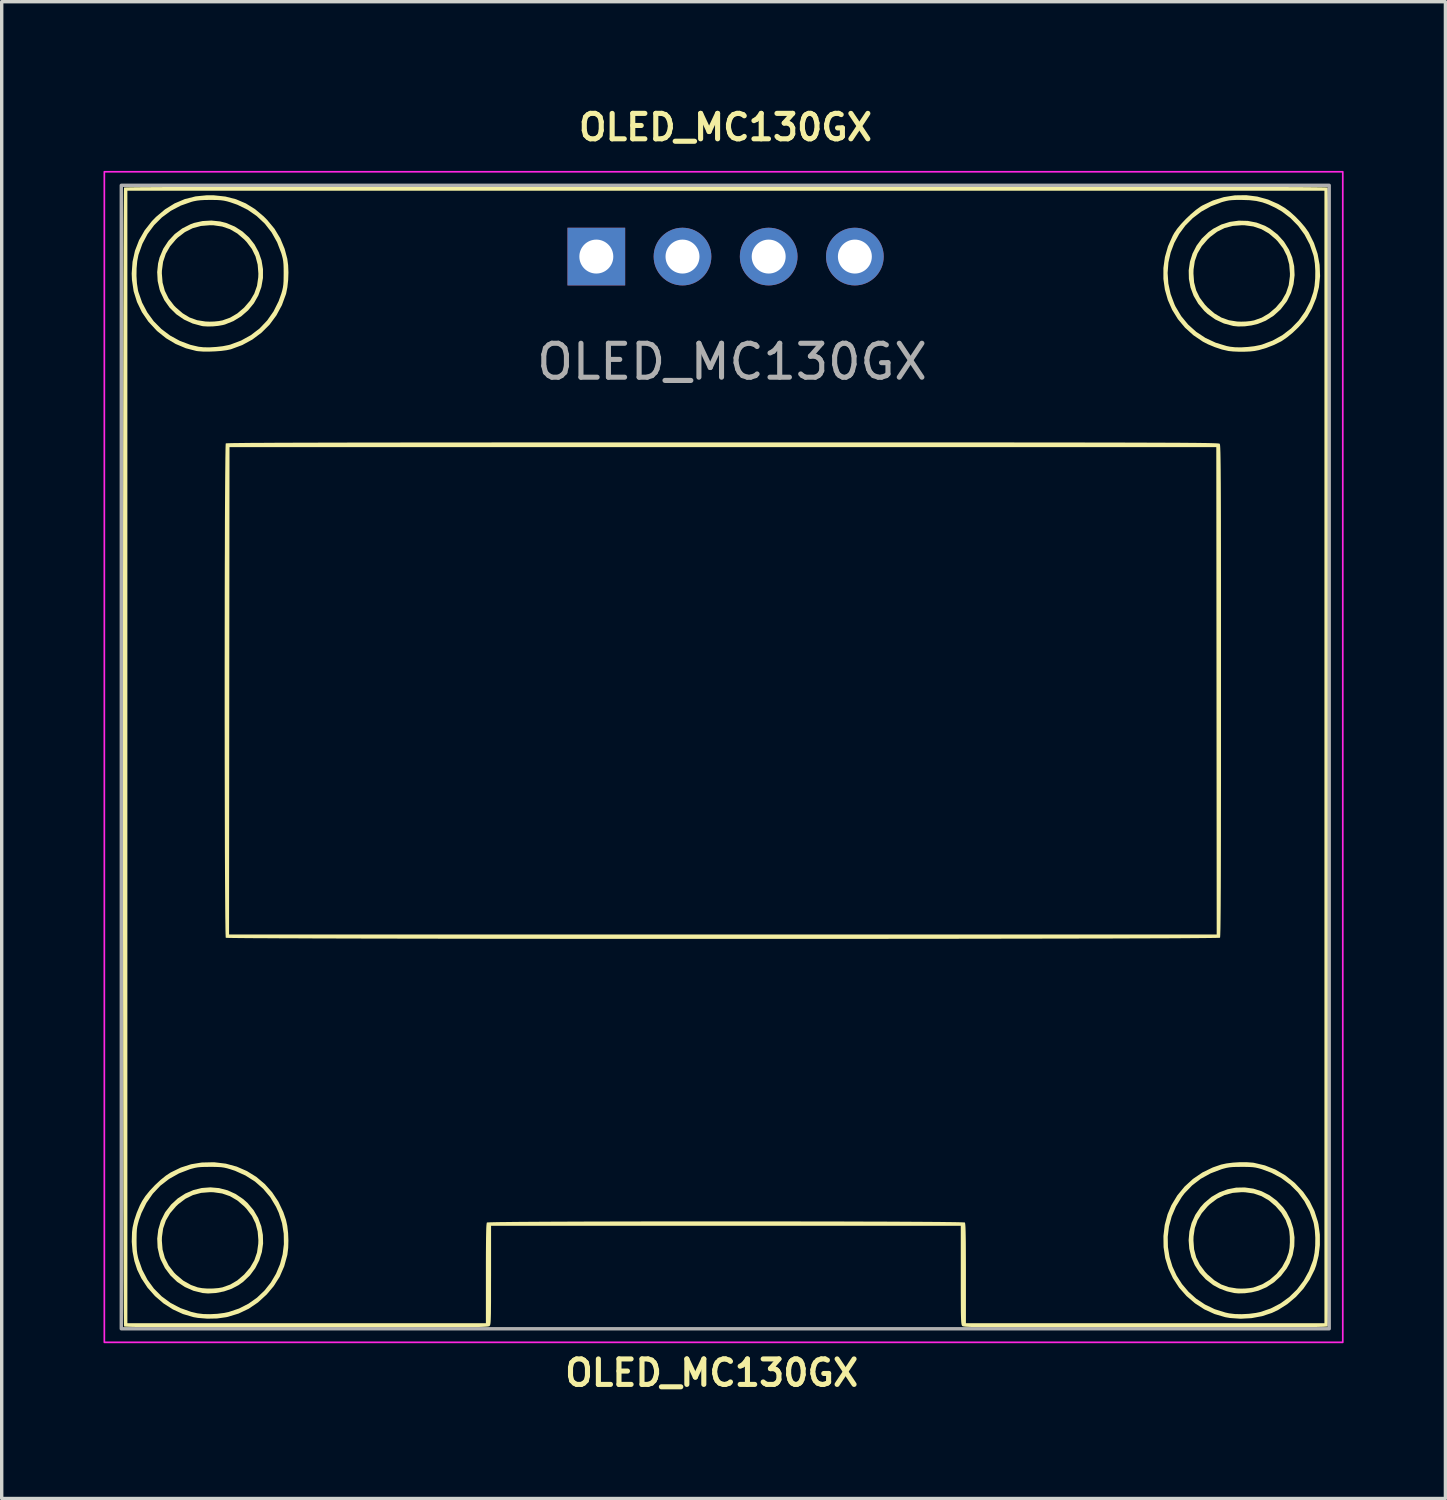
<source format=kicad_pcb>
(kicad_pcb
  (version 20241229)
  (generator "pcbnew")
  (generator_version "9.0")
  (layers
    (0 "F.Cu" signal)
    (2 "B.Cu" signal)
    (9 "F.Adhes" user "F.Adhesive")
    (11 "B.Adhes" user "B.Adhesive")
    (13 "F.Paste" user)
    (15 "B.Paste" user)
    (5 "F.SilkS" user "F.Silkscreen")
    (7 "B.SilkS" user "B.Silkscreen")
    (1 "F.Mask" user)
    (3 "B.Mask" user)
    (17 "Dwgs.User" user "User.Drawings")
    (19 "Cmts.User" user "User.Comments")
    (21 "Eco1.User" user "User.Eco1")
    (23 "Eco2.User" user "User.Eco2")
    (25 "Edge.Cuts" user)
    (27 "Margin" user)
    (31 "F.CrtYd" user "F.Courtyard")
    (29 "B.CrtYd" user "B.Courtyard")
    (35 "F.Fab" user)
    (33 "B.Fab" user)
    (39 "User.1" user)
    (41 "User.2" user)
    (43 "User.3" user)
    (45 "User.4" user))
  (footprint "OLED_MC130GX"
    (layer "F.Cu")
    (at 14.525 4.512)
    (property "Reference" "OLED_MC130GX" (at 3.806 -3.81 0) (layer "F.SilkS") (effects (font (size 0.75 0.75) (thickness 0.15))))
    (property "Value" "OLED_MC130GX" (at 3.81 4.7 0) (layer "F.Fab") (hide yes) (effects (font (size 1 1) (thickness 0.15))))
    (attr board_only exclude_from_pos_files exclude_from_bom)
    (fp_poly (pts (xy -11.119 27.454) (xy -10.869 27.519) (xy -10.63 27.627) (xy -10.406 27.779) (xy -10.279 27.893) (xy -10.101 28.105) (xy -9.966 28.336) (xy -9.875 28.58) (xy -9.827 28.833) (xy -9.821 29.088) (xy -9.857 29.34) (xy -9.934 29.584) (xy -10.052 29.815) (xy -10.209 30.027) (xy -10.406 30.215) (xy -10.545 30.315) (xy -10.745 30.42) (xy -10.972 30.499) (xy -11.21 30.546) (xy -11.443 30.56) (xy -11.602 30.547) (xy -11.874 30.48) (xy -12.126 30.369) (xy -12.354 30.218) (xy -12.551 30.03) (xy -12.714 29.811) (xy -12.838 29.563) (xy -12.872 29.468) (xy -12.93 29.211) (xy -12.939 29) (xy -12.805 29) (xy -12.783 29.268) (xy -12.716 29.511) (xy -12.604 29.735) (xy -12.444 29.943) (xy -12.386 30.002) (xy -12.175 30.18) (xy -11.945 30.31) (xy -11.748 30.38) (xy -11.62 30.403) (xy -11.462 30.415) (xy -11.293 30.413) (xy -11.134 30.4) (xy -11.018 30.379) (xy -10.791 30.298) (xy -10.582 30.175) (xy -10.384 30.006) (xy -10.379 30.001) (xy -10.205 29.798) (xy -10.08 29.584) (xy -10 29.353) (xy -9.964 29.098) (xy -9.96 28.992) (xy -9.981 28.731) (xy -10.043 28.495) (xy -10.149 28.277) (xy -10.303 28.073) (xy -10.379 27.992) (xy -10.582 27.818) (xy -10.797 27.693) (xy -11.029 27.613) (xy -11.284 27.577) (xy -11.383 27.574) (xy -11.647 27.595) (xy -11.887 27.659) (xy -12.108 27.768) (xy -12.315 27.924) (xy -12.387 27.992) (xy -12.561 28.195) (xy -12.686 28.409) (xy -12.766 28.641) (xy -12.802 28.895) (xy -12.805 29) (xy -12.939 29) (xy -12.942 28.944) (xy -12.91 28.677) (xy -12.835 28.421) (xy -12.718 28.185) (xy -12.702 28.158) (xy -12.531 27.938) (xy -12.333 27.756) (xy -12.113 27.614) (xy -11.876 27.512) (xy -11.628 27.451) (xy -11.374 27.432)) (stroke (width 0) (type solid)) (fill yes) (layer "F.SilkS"))
    (fp_poly (pts (xy 19.2 -1.052) (xy 19.461 -1.001) (xy 19.708 -0.907) (xy 19.856 -0.823) (xy 20.08 -0.649) (xy 20.267 -0.441) (xy 20.415 -0.204) (xy 20.51 0.026) (xy 20.567 0.281) (xy 20.58 0.547) (xy 20.549 0.812) (xy 20.476 1.066) (xy 20.362 1.3) (xy 20.342 1.332) (xy 20.169 1.556) (xy 19.963 1.743) (xy 19.731 1.889) (xy 19.5 1.983) (xy 19.311 2.029) (xy 19.11 2.056) (xy 18.917 2.06) (xy 18.773 2.046) (xy 18.496 1.972) (xy 18.242 1.853) (xy 18.013 1.69) (xy 17.917 1.601) (xy 17.739 1.389) (xy 17.604 1.158) (xy 17.513 0.914) (xy 17.465 0.661) (xy 17.461 0.498) (xy 17.599 0.498) (xy 17.618 0.76) (xy 17.679 0.996) (xy 17.785 1.212) (xy 17.937 1.416) (xy 18.017 1.501) (xy 18.215 1.673) (xy 18.42 1.796) (xy 18.641 1.875) (xy 18.885 1.914) (xy 19.005 1.918) (xy 19.143 1.914) (xy 19.28 1.9) (xy 19.386 1.88) (xy 19.613 1.799) (xy 19.823 1.675) (xy 20.023 1.505) (xy 20.026 1.502) (xy 20.2 1.299) (xy 20.326 1.08) (xy 20.406 0.843) (xy 20.441 0.582) (xy 20.443 0.498) (xy 20.421 0.23) (xy 20.355 -0.015) (xy 20.243 -0.239) (xy 20.083 -0.448) (xy 20.026 -0.508) (xy 19.821 -0.682) (xy 19.601 -0.808) (xy 19.362 -0.888) (xy 19.101 -0.923) (xy 19.025 -0.924) (xy 18.76 -0.904) (xy 18.52 -0.842) (xy 18.3 -0.734) (xy 18.094 -0.579) (xy 18.017 -0.506) (xy 17.844 -0.306) (xy 17.719 -0.095) (xy 17.639 0.131) (xy 17.602 0.381) (xy 17.599 0.498) (xy 17.461 0.498) (xy 17.459 0.406) (xy 17.495 0.154) (xy 17.572 -0.09) (xy 17.69 -0.321) (xy 17.847 -0.533) (xy 18.044 -0.721) (xy 18.183 -0.821) (xy 18.418 -0.944) (xy 18.671 -1.023) (xy 18.935 -1.059)) (stroke (width 0) (type solid)) (fill yes) (layer "F.SilkS"))
    (fp_poly (pts (xy -11.087 -1.036) (xy -10.911 -0.992) (xy -10.654 -0.884) (xy -10.427 -0.738) (xy -10.233 -0.561) (xy -10.073 -0.356) (xy -9.95 -0.129) (xy -9.866 0.114) (xy -9.824 0.37) (xy -9.825 0.633) (xy -9.872 0.898) (xy -9.961 1.145) (xy -10.092 1.377) (xy -10.263 1.585) (xy -10.467 1.762) (xy -10.696 1.902) (xy -10.943 2.001) (xy -11.008 2.018) (xy -11.141 2.042) (xy -11.295 2.057) (xy -11.448 2.061) (xy -11.58 2.053) (xy -11.618 2.048) (xy -11.897 1.973) (xy -12.152 1.856) (xy -12.379 1.7) (xy -12.573 1.509) (xy -12.732 1.285) (xy -12.851 1.031) (xy -12.872 0.97) (xy -12.928 0.722) (xy -12.94 0.498) (xy -12.805 0.498) (xy -12.783 0.766) (xy -12.717 1.01) (xy -12.606 1.233) (xy -12.447 1.441) (xy -12.388 1.501) (xy -12.19 1.672) (xy -11.985 1.796) (xy -11.765 1.875) (xy -11.522 1.913) (xy -11.399 1.918) (xy -11.261 1.914) (xy -11.124 1.9) (xy -11.018 1.88) (xy -10.791 1.799) (xy -10.582 1.676) (xy -10.384 1.507) (xy -10.379 1.502) (xy -10.205 1.3) (xy -10.08 1.089) (xy -10 0.861) (xy -9.964 0.611) (xy -9.96 0.502) (xy -9.981 0.237) (xy -10.044 -0.003) (xy -10.151 -0.223) (xy -10.306 -0.429) (xy -10.379 -0.506) (xy -10.581 -0.68) (xy -10.796 -0.806) (xy -11.027 -0.885) (xy -11.282 -0.922) (xy -11.387 -0.924) (xy -11.654 -0.902) (xy -11.899 -0.835) (xy -12.124 -0.722) (xy -12.333 -0.561) (xy -12.388 -0.508) (xy -12.562 -0.303) (xy -12.688 -0.084) (xy -12.768 0.154) (xy -12.803 0.415) (xy -12.805 0.498) (xy -12.94 0.498) (xy -12.943 0.46) (xy -12.916 0.201) (xy -12.872 0.026) (xy -12.763 -0.232) (xy -12.612 -0.463) (xy -12.425 -0.664) (xy -12.205 -0.829) (xy -11.957 -0.955) (xy -11.855 -0.992) (xy -11.607 -1.047) (xy -11.346 -1.062)) (stroke (width 0) (type solid)) (fill yes) (layer "F.SilkS"))
    (fp_poly (pts (xy 19.365 27.47) (xy 19.609 27.547) (xy 19.84 27.665) (xy 20.052 27.823) (xy 20.24 28.02) (xy 20.34 28.158) (xy 20.461 28.391) (xy 20.54 28.642) (xy 20.577 28.904) (xy 20.571 29.168) (xy 20.523 29.427) (xy 20.432 29.671) (xy 20.347 29.824) (xy 20.177 30.044) (xy 19.976 30.23) (xy 19.75 30.377) (xy 19.507 30.48) (xy 19.505 30.48) (xy 19.316 30.526) (xy 19.115 30.553) (xy 18.923 30.558) (xy 18.802 30.547) (xy 18.584 30.496) (xy 18.367 30.414) (xy 18.18 30.313) (xy 17.96 30.143) (xy 17.779 29.945) (xy 17.638 29.725) (xy 17.536 29.489) (xy 17.476 29.24) (xy 17.457 28.996) (xy 17.599 28.996) (xy 17.618 29.258) (xy 17.679 29.495) (xy 17.785 29.711) (xy 17.937 29.915) (xy 18.017 30) (xy 18.214 30.171) (xy 18.418 30.294) (xy 18.638 30.373) (xy 18.881 30.412) (xy 19.008 30.417) (xy 19.132 30.413) (xy 19.256 30.402) (xy 19.357 30.386) (xy 19.375 30.381) (xy 19.624 30.29) (xy 19.849 30.156) (xy 20.046 29.984) (xy 20.211 29.781) (xy 20.336 29.55) (xy 20.406 29.351) (xy 20.43 29.215) (xy 20.441 29.051) (xy 20.438 28.88) (xy 20.423 28.724) (xy 20.406 28.642) (xy 20.318 28.398) (xy 20.188 28.18) (xy 20.026 27.992) (xy 19.822 27.818) (xy 19.607 27.693) (xy 19.375 27.613) (xy 19.12 27.577) (xy 19.021 27.574) (xy 18.757 27.595) (xy 18.517 27.659) (xy 18.296 27.768) (xy 18.089 27.924) (xy 18.017 27.992) (xy 17.844 28.193) (xy 17.719 28.403) (xy 17.639 28.63) (xy 17.602 28.88) (xy 17.599 28.996) (xy 17.457 28.996) (xy 17.457 28.986) (xy 17.479 28.731) (xy 17.544 28.482) (xy 17.653 28.242) (xy 17.805 28.018) (xy 17.917 27.893) (xy 18.129 27.714) (xy 18.36 27.58) (xy 18.605 27.489) (xy 18.857 27.44) (xy 19.112 27.435)) (stroke (width 0) (type solid)) (fill yes) (layer "F.SilkS"))
    (fp_poly (pts (xy 19.17 26.691) (xy 19.346 26.704) (xy 19.377 26.708) (xy 19.705 26.785) (xy 20.016 26.909) (xy 20.307 27.079) (xy 20.576 27.294) (xy 20.601 27.318) (xy 20.836 27.57) (xy 21.024 27.84) (xy 21.166 28.131) (xy 21.266 28.445) (xy 21.284 28.526) (xy 21.324 28.824) (xy 21.325 29.133) (xy 21.289 29.439) (xy 21.217 29.729) (xy 21.17 29.86) (xy 21.025 30.149) (xy 20.839 30.419) (xy 20.617 30.663) (xy 20.366 30.874) (xy 20.093 31.047) (xy 19.912 31.133) (xy 19.622 31.229) (xy 19.31 31.287) (xy 18.99 31.305) (xy 18.677 31.283) (xy 18.538 31.259) (xy 18.221 31.166) (xy 17.921 31.029) (xy 17.644 30.85) (xy 17.393 30.635) (xy 17.175 30.387) (xy 16.994 30.11) (xy 16.862 29.829) (xy 16.767 29.518) (xy 16.718 29.194) (xy 16.714 28.891) (xy 16.841 28.891) (xy 16.847 29.19) (xy 16.894 29.483) (xy 16.98 29.766) (xy 17.103 30.034) (xy 17.263 30.284) (xy 17.456 30.512) (xy 17.682 30.714) (xy 17.939 30.885) (xy 18.225 31.023) (xy 18.539 31.121) (xy 18.649 31.145) (xy 18.822 31.166) (xy 19.024 31.17) (xy 19.236 31.159) (xy 19.439 31.133) (xy 19.567 31.106) (xy 19.875 31.002) (xy 20.161 30.854) (xy 20.42 30.666) (xy 20.649 30.443) (xy 20.844 30.186) (xy 21.002 29.901) (xy 21.119 29.591) (xy 21.132 29.543) (xy 21.168 29.36) (xy 21.187 29.147) (xy 21.19 28.922) (xy 21.177 28.703) (xy 21.147 28.507) (xy 21.133 28.45) (xy 21.023 28.135) (xy 20.871 27.845) (xy 20.679 27.583) (xy 20.45 27.354) (xy 20.188 27.159) (xy 19.895 27.002) (xy 19.617 26.898) (xy 19.519 26.87) (xy 19.433 26.85) (xy 19.347 26.838) (xy 19.246 26.832) (xy 19.115 26.829) (xy 19.021 26.829) (xy 18.867 26.83) (xy 18.75 26.834) (xy 18.657 26.843) (xy 18.573 26.858) (xy 18.484 26.881) (xy 18.429 26.897) (xy 18.107 27.019) (xy 17.816 27.179) (xy 17.56 27.375) (xy 17.339 27.605) (xy 17.256 27.714) (xy 17.083 27.997) (xy 16.957 28.291) (xy 16.877 28.59) (xy 16.841 28.891) (xy 16.714 28.891) (xy 16.714 28.865) (xy 16.753 28.539) (xy 16.837 28.224) (xy 16.948 27.96) (xy 17.122 27.671) (xy 17.336 27.411) (xy 17.584 27.184) (xy 17.863 26.994) (xy 18.169 26.845) (xy 18.413 26.761) (xy 18.573 26.727) (xy 18.765 26.703) (xy 18.97 26.69)) (stroke (width 0) (type solid)) (fill yes) (layer "F.SilkS"))
    (fp_poly (pts (xy -11.256 26.693) (xy -10.918 26.734) (xy -10.597 26.821) (xy -10.297 26.952) (xy -10.021 27.123) (xy -9.772 27.333) (xy -9.554 27.578) (xy -9.37 27.855) (xy -9.224 28.163) (xy -9.147 28.389) (xy -9.108 28.568) (xy -9.084 28.778) (xy -9.075 29) (xy -9.081 29.216) (xy -9.104 29.407) (xy -9.108 29.43) (xy -9.199 29.761) (xy -9.33 30.063) (xy -9.507 30.343) (xy -9.716 30.591) (xy -9.971 30.824) (xy -10.245 31.01) (xy -10.541 31.151) (xy -10.861 31.249) (xy -10.913 31.26) (xy -11.179 31.297) (xy -11.463 31.303) (xy -11.741 31.28) (xy -11.87 31.258) (xy -12.183 31.166) (xy -12.481 31.029) (xy -12.757 30.852) (xy -13.007 30.637) (xy -13.226 30.39) (xy -13.408 30.114) (xy -13.532 29.86) (xy -13.614 29.606) (xy -13.668 29.326) (xy -13.692 29.036) (xy -13.691 28.984) (xy -13.55 28.984) (xy -13.548 29.148) (xy -13.542 29.275) (xy -13.53 29.381) (xy -13.511 29.479) (xy -13.495 29.543) (xy -13.382 29.863) (xy -13.229 30.155) (xy -13.037 30.417) (xy -12.81 30.645) (xy -12.55 30.836) (xy -12.26 30.989) (xy -11.944 31.101) (xy -11.755 31.145) (xy -11.582 31.166) (xy -11.38 31.17) (xy -11.168 31.159) (xy -10.966 31.133) (xy -10.837 31.106) (xy -10.53 31.003) (xy -10.251 30.86) (xy -10 30.682) (xy -9.779 30.472) (xy -9.592 30.235) (xy -9.439 29.976) (xy -9.323 29.698) (xy -9.245 29.406) (xy -9.208 29.105) (xy -9.213 28.798) (xy -9.262 28.491) (xy -9.358 28.186) (xy -9.44 28.006) (xy -9.61 27.723) (xy -9.818 27.475) (xy -10.061 27.261) (xy -10.339 27.084) (xy -10.649 26.944) (xy -10.791 26.897) (xy -10.888 26.869) (xy -10.973 26.85) (xy -11.059 26.838) (xy -11.162 26.832) (xy -11.294 26.829) (xy -11.383 26.829) (xy -11.536 26.83) (xy -11.653 26.834) (xy -11.746 26.843) (xy -11.83 26.858) (xy -11.919 26.881) (xy -11.979 26.898) (xy -12.3 27.021) (xy -12.59 27.184) (xy -12.849 27.384) (xy -13.072 27.621) (xy -13.259 27.891) (xy -13.407 28.192) (xy -13.481 28.401) (xy -13.509 28.502) (xy -13.529 28.59) (xy -13.541 28.681) (xy -13.547 28.788) (xy -13.549 28.926) (xy -13.55 28.984) (xy -13.691 28.984) (xy -13.684 28.753) (xy -13.667 28.615) (xy -13.62 28.407) (xy -13.546 28.183) (xy -13.453 27.963) (xy -13.386 27.835) (xy -13.289 27.687) (xy -13.158 27.527) (xy -13.006 27.365) (xy -12.844 27.214) (xy -12.684 27.085) (xy -12.544 26.993) (xy -12.245 26.848) (xy -11.942 26.751) (xy -11.627 26.7) (xy -11.291 26.692)) (stroke (width 0) (type solid)) (fill yes) (layer "F.SilkS"))
    (fp_poly (pts (xy 19.479 -1.769) (xy 19.798 -1.681) (xy 20.105 -1.546) (xy 20.294 -1.434) (xy 20.441 -1.324) (xy 20.597 -1.184) (xy 20.749 -1.028) (xy 20.884 -0.87) (xy 20.989 -0.722) (xy 20.998 -0.707) (xy 21.151 -0.4) (xy 21.258 -0.081) (xy 21.318 0.246) (xy 21.331 0.576) (xy 21.297 0.903) (xy 21.216 1.224) (xy 21.089 1.533) (xy 20.952 1.772) (xy 20.837 1.925) (xy 20.691 2.086) (xy 20.528 2.242) (xy 20.36 2.38) (xy 20.202 2.489) (xy 20.181 2.501) (xy 19.976 2.603) (xy 19.751 2.691) (xy 19.53 2.756) (xy 19.402 2.782) (xy 19.268 2.797) (xy 19.104 2.804) (xy 18.931 2.804) (xy 18.767 2.797) (xy 18.633 2.783) (xy 18.627 2.782) (xy 18.438 2.739) (xy 18.231 2.67) (xy 18.028 2.586) (xy 17.877 2.508) (xy 17.595 2.317) (xy 17.349 2.094) (xy 17.141 1.844) (xy 16.972 1.571) (xy 16.844 1.28) (xy 16.757 0.974) (xy 16.713 0.658) (xy 16.713 0.483) (xy 16.838 0.483) (xy 16.859 0.793) (xy 16.926 1.104) (xy 17.041 1.411) (xy 17.072 1.476) (xy 17.239 1.756) (xy 17.444 2.005) (xy 17.684 2.22) (xy 17.955 2.399) (xy 18.254 2.538) (xy 18.577 2.636) (xy 18.682 2.657) (xy 18.831 2.673) (xy 19.011 2.675) (xy 19.205 2.663) (xy 19.396 2.641) (xy 19.566 2.607) (xy 19.617 2.594) (xy 19.93 2.476) (xy 20.217 2.317) (xy 20.474 2.119) (xy 20.699 1.887) (xy 20.887 1.622) (xy 21.036 1.33) (xy 21.133 1.044) (xy 21.168 0.861) (xy 21.187 0.648) (xy 21.19 0.423) (xy 21.177 0.204) (xy 21.147 0.009) (xy 21.133 -0.048) (xy 21.026 -0.356) (xy 20.875 -0.643) (xy 20.685 -0.904) (xy 20.459 -1.135) (xy 20.203 -1.33) (xy 20.004 -1.443) (xy 19.809 -1.534) (xy 19.63 -1.598) (xy 19.451 -1.639) (xy 19.256 -1.662) (xy 19.029 -1.669) (xy 19.008 -1.67) (xy 18.857 -1.669) (xy 18.741 -1.664) (xy 18.648 -1.655) (xy 18.562 -1.638) (xy 18.469 -1.614) (xy 18.425 -1.601) (xy 18.113 -1.481) (xy 17.83 -1.324) (xy 17.579 -1.134) (xy 17.361 -0.914) (xy 17.179 -0.668) (xy 17.034 -0.402) (xy 16.927 -0.118) (xy 16.861 0.178) (xy 16.838 0.483) (xy 16.713 0.483) (xy 16.713 0.337) (xy 16.758 0.015) (xy 16.849 -0.304) (xy 16.988 -0.615) (xy 17.033 -0.696) (xy 17.118 -0.82) (xy 17.235 -0.961) (xy 17.373 -1.107) (xy 17.521 -1.248) (xy 17.669 -1.374) (xy 17.806 -1.473) (xy 17.86 -1.506) (xy 18.17 -1.653) (xy 18.492 -1.752) (xy 18.821 -1.805) (xy 19.151 -1.81)) (stroke (width 0) (type solid)) (fill yes) (layer "F.SilkS"))
    (fp_poly (pts (xy -11.269 -1.806) (xy -10.931 -1.769) (xy -10.62 -1.69) (xy -10.33 -1.567) (xy -10.058 -1.398) (xy -9.8 -1.181) (xy -9.704 -1.084) (xy -9.486 -0.822) (xy -9.314 -0.537) (xy -9.186 -0.228) (xy -9.108 0.064) (xy -9.083 0.252) (xy -9.074 0.467) (xy -9.082 0.69) (xy -9.105 0.904) (xy -9.142 1.09) (xy -9.147 1.107) (xy -9.267 1.434) (xy -9.429 1.734) (xy -9.629 2.005) (xy -9.866 2.242) (xy -10.135 2.444) (xy -10.435 2.608) (xy -10.761 2.729) (xy -10.778 2.734) (xy -10.9 2.76) (xy -11.058 2.781) (xy -11.236 2.794) (xy -11.418 2.801) (xy -11.59 2.8) (xy -11.735 2.789) (xy -11.788 2.782) (xy -12.098 2.702) (xy -12.399 2.575) (xy -12.683 2.405) (xy -12.943 2.196) (xy -12.963 2.176) (xy -13.201 1.919) (xy -13.392 1.64) (xy -13.537 1.34) (xy -13.636 1.023) (xy -13.686 0.688) (xy -13.691 0.572) (xy -13.552 0.572) (xy -13.539 0.791) (xy -13.509 0.987) (xy -13.495 1.044) (xy -13.386 1.357) (xy -13.234 1.645) (xy -13.044 1.906) (xy -12.818 2.134) (xy -12.56 2.328) (xy -12.273 2.485) (xy -11.962 2.601) (xy -11.722 2.657) (xy -11.573 2.673) (xy -11.393 2.675) (xy -11.199 2.663) (xy -11.008 2.641) (xy -10.837 2.607) (xy -10.787 2.594) (xy -10.47 2.475) (xy -10.182 2.316) (xy -9.924 2.118) (xy -9.701 1.883) (xy -9.513 1.615) (xy -9.363 1.314) (xy -9.284 1.093) (xy -9.256 0.995) (xy -9.237 0.91) (xy -9.225 0.824) (xy -9.218 0.722) (xy -9.216 0.592) (xy -9.215 0.498) (xy -9.216 0.344) (xy -9.22 0.228) (xy -9.229 0.134) (xy -9.244 0.05) (xy -9.267 -0.039) (xy -9.284 -0.098) (xy -9.407 -0.42) (xy -9.57 -0.711) (xy -9.77 -0.969) (xy -10.007 -1.192) (xy -10.276 -1.379) (xy -10.578 -1.527) (xy -10.787 -1.6) (xy -10.888 -1.629) (xy -10.977 -1.648) (xy -11.067 -1.66) (xy -11.174 -1.667) (xy -11.312 -1.669) (xy -11.37 -1.669) (xy -11.534 -1.668) (xy -11.662 -1.661) (xy -11.768 -1.649) (xy -11.867 -1.63) (xy -11.929 -1.614) (xy -12.248 -1.502) (xy -12.54 -1.348) (xy -12.802 -1.156) (xy -13.031 -0.927) (xy -13.225 -0.666) (xy -13.379 -0.375) (xy -13.492 -0.057) (xy -13.495 -0.048) (xy -13.53 0.134) (xy -13.549 0.347) (xy -13.552 0.572) (xy -13.691 0.572) (xy -13.694 0.498) (xy -13.669 0.154) (xy -13.597 -0.173) (xy -13.477 -0.484) (xy -13.311 -0.774) (xy -13.099 -1.044) (xy -12.977 -1.169) (xy -12.712 -1.392) (xy -12.43 -1.567) (xy -12.13 -1.694) (xy -11.811 -1.774) (xy -11.473 -1.808)) (stroke (width 0) (type solid)) (fill yes) (layer "F.SilkS"))
    (fp_poly (pts (xy 4.756 5.476) (xy 5.743 5.476) (xy 6.68 5.476) (xy 7.571 5.476) (xy 8.415 5.476) (xy 9.215 5.476) (xy 9.971 5.477) (xy 10.685 5.477) (xy 11.358 5.477) (xy 11.991 5.477) (xy 12.585 5.478) (xy 13.141 5.478) (xy 13.661 5.479) (xy 14.146 5.479) (xy 14.597 5.48) (xy 15.015 5.48) (xy 15.402 5.481) (xy 15.759 5.482) (xy 16.086 5.483) (xy 16.385 5.484) (xy 16.658 5.485) (xy 16.905 5.486) (xy 17.128 5.487) (xy 17.327 5.488) (xy 17.505 5.49) (xy 17.662 5.491) (xy 17.8 5.493) (xy 17.919 5.494) (xy 18.022 5.496) (xy 18.108 5.498) (xy 18.18 5.5) (xy 18.238 5.502) (xy 18.284 5.504) (xy 18.319 5.507) (xy 18.344 5.509) (xy 18.36 5.512) (xy 18.369 5.515) (xy 18.371 5.516) (xy 18.375 5.523) (xy 18.379 5.538) (xy 18.383 5.562) (xy 18.386 5.597) (xy 18.389 5.644) (xy 18.391 5.705) (xy 18.394 5.783) (xy 18.396 5.878) (xy 18.398 5.993) (xy 18.4 6.129) (xy 18.402 6.288) (xy 18.403 6.471) (xy 18.405 6.681) (xy 18.406 6.919) (xy 18.407 7.186) (xy 18.408 7.485) (xy 18.409 7.817) (xy 18.409 8.184) (xy 18.41 8.587) (xy 18.41 9.029) (xy 18.411 9.511) (xy 18.411 10.034) (xy 18.411 10.601) (xy 18.411 11.213) (xy 18.411 11.872) (xy 18.411 12.579) (xy 18.411 12.801) (xy 18.411 13.553) (xy 18.411 14.257) (xy 18.411 14.912) (xy 18.411 15.521) (xy 18.41 16.084) (xy 18.409 16.604) (xy 18.409 17.081) (xy 18.408 17.516) (xy 18.407 17.913) (xy 18.406 18.27) (xy 18.405 18.591) (xy 18.403 18.876) (xy 18.402 19.127) (xy 18.4 19.346) (xy 18.398 19.532) (xy 18.396 19.689) (xy 18.394 19.817) (xy 18.391 19.918) (xy 18.389 19.993) (xy 18.386 20.043) (xy 18.383 20.07) (xy 18.381 20.076) (xy 18.353 20.078) (xy 18.277 20.08) (xy 18.153 20.082) (xy 17.984 20.084) (xy 17.771 20.086) (xy 17.515 20.088) (xy 17.219 20.09) (xy 16.885 20.092) (xy 16.513 20.093) (xy 16.107 20.095) (xy 15.666 20.096) (xy 15.194 20.098) (xy 14.693 20.099) (xy 14.162 20.1) (xy 13.605 20.101) (xy 13.024 20.102) (xy 12.419 20.103) (xy 11.793 20.104) (xy 11.147 20.105) (xy 10.483 20.106) (xy 9.804 20.107) (xy 9.109 20.107) (xy 8.402 20.108) (xy 7.684 20.108) (xy 6.957 20.109) (xy 6.222 20.109) (xy 5.481 20.109) (xy 4.737 20.109) (xy 3.99 20.109) (xy 3.242 20.109) (xy 2.496 20.109) (xy 1.752 20.109) (xy 1.013 20.109) (xy 0.28 20.108) (xy -0.444 20.108) (xy -1.159 20.108) (xy -1.862 20.107) (xy -2.553 20.106) (xy -3.228 20.106) (xy -3.886 20.105) (xy -4.526 20.104) (xy -5.146 20.103) (xy -5.744 20.102) (xy -6.318 20.101) (xy -6.867 20.1) (xy -7.389 20.099) (xy -7.882 20.097) (xy -8.344 20.096) (xy -8.774 20.094) (xy -9.17 20.093) (xy -9.531 20.091) (xy -9.854 20.089) (xy -10.137 20.088) (xy -10.38 20.086) (xy -10.58 20.084) (xy -10.736 20.082) (xy -10.845 20.08) (xy -10.907 20.078) (xy -10.921 20.076) (xy -10.924 20.048) (xy -10.926 19.979) (xy -10.824 19.979) (xy 18.284 19.979) (xy 18.272 5.616) (xy -10.811 5.616) (xy -10.818 12.798) (xy -10.824 19.979) (xy -10.926 19.979) (xy -10.927 19.971) (xy -10.93 19.849) (xy -10.932 19.683) (xy -10.935 19.476) (xy -10.937 19.231) (xy -10.939 18.949) (xy -10.941 18.635) (xy -10.943 18.289) (xy -10.945 17.914) (xy -10.947 17.513) (xy -10.948 17.088) (xy -10.949 16.642) (xy -10.95 16.178) (xy -10.951 15.697) (xy -10.952 15.202) (xy -10.953 14.695) (xy -10.953 14.18) (xy -10.954 13.658) (xy -10.954 13.132) (xy -10.954 12.605) (xy -10.954 12.078) (xy -10.953 11.555) (xy -10.953 11.037) (xy -10.952 10.528) (xy -10.952 10.029) (xy -10.951 9.544) (xy -10.95 9.074) (xy -10.948 8.623) (xy -10.947 8.191) (xy -10.946 7.783) (xy -10.944 7.401) (xy -10.942 7.046) (xy -10.94 6.722) (xy -10.938 6.43) (xy -10.935 6.174) (xy -10.933 5.956) (xy -10.93 5.778) (xy -10.928 5.643) (xy -10.925 5.552) (xy -10.922 5.51) (xy -10.921 5.507) (xy -10.908 5.504) (xy -10.873 5.502) (xy -10.817 5.5) (xy -10.736 5.498) (xy -10.631 5.496) (xy -10.5 5.495) (xy -10.343 5.493) (xy -10.159 5.491) (xy -9.946 5.49) (xy -9.704 5.489) (xy -9.431 5.487) (xy -9.127 5.486) (xy -8.79 5.485) (xy -8.42 5.484) (xy -8.016 5.483) (xy -7.576 5.482) (xy -7.101 5.481) (xy -6.587 5.48) (xy -6.036 5.48) (xy -5.446 5.479) (xy -4.815 5.478) (xy -4.143 5.478) (xy -3.429 5.478) (xy -2.672 5.477) (xy -1.87 5.477) (xy -1.024 5.477) (xy -0.131 5.476) (xy 0.808 5.476) (xy 1.796 5.476) (xy 2.833 5.476) (xy 3.721 5.476)) (stroke (width 0) (type solid)) (fill yes) (layer "F.SilkS"))
    (fp_poly (pts (xy 4.392 -2.071) (xy 5.213 -2.071) (xy 6.032 -2.07) (xy 6.846 -2.07) (xy 7.655 -2.07) (xy 8.456 -2.07) (xy 9.249 -2.069) (xy 10.03 -2.069) (xy 10.8 -2.068) (xy 11.556 -2.068) (xy 12.297 -2.067) (xy 13.021 -2.066) (xy 13.726 -2.065) (xy 14.412 -2.065) (xy 15.076 -2.064) (xy 15.717 -2.063) (xy 16.333 -2.062) (xy 16.923 -2.061) (xy 17.485 -2.059) (xy 18.018 -2.058) (xy 18.52 -2.057) (xy 18.989 -2.056) (xy 19.424 -2.054) (xy 19.824 -2.053) (xy 20.186 -2.051) (xy 20.509 -2.049) (xy 20.792 -2.048) (xy 21.033 -2.046) (xy 21.23 -2.044) (xy 21.382 -2.042) (xy 21.488 -2.04) (xy 21.545 -2.038) (xy 21.556 -2.037) (xy 21.558 -2.01) (xy 21.56 -1.934) (xy 21.562 -1.81) (xy 21.564 -1.64) (xy 21.566 -1.425) (xy 21.567 -1.168) (xy 21.569 -0.87) (xy 21.571 -0.533) (xy 21.572 -0.157) (xy 21.574 0.255) (xy 21.575 0.701) (xy 21.576 1.18) (xy 21.578 1.691) (xy 21.579 2.231) (xy 21.58 2.8) (xy 21.581 3.395) (xy 21.582 4.016) (xy 21.583 4.659) (xy 21.584 5.324) (xy 21.585 6.009) (xy 21.585 6.713) (xy 21.586 7.434) (xy 21.587 8.17) (xy 21.587 8.919) (xy 21.588 9.68) (xy 21.588 10.452) (xy 21.589 11.233) (xy 21.589 12.021) (xy 21.589 12.814) (xy 21.589 13.611) (xy 21.589 14.41) (xy 21.589 15.211) (xy 21.589 16.01) (xy 21.589 16.806) (xy 21.589 17.599) (xy 21.588 18.386) (xy 21.588 19.165) (xy 21.588 19.935) (xy 21.587 20.695) (xy 21.587 21.442) (xy 21.586 22.176) (xy 21.585 22.894) (xy 21.585 23.595) (xy 21.584 24.277) (xy 21.583 24.939) (xy 21.582 25.578) (xy 21.581 26.195) (xy 21.58 26.786) (xy 21.579 27.35) (xy 21.578 27.886) (xy 21.576 28.392) (xy 21.575 28.866) (xy 21.573 29.307) (xy 21.572 29.713) (xy 21.57 30.083) (xy 21.569 30.414) (xy 21.567 30.706) (xy 21.565 30.956) (xy 21.563 31.164) (xy 21.562 31.326) (xy 21.56 31.443) (xy 21.558 31.512) (xy 21.556 31.531) (xy 21.541 31.535) (xy 21.504 31.538) (xy 21.442 31.542) (xy 21.354 31.544) (xy 21.239 31.547) (xy 21.095 31.549) (xy 20.919 31.551) (xy 20.712 31.553) (xy 20.47 31.555) (xy 20.193 31.557) (xy 19.879 31.558) (xy 19.526 31.559) (xy 19.132 31.56) (xy 18.697 31.56) (xy 18.218 31.561) (xy 17.694 31.561) (xy 17.123 31.562) (xy 16.503 31.562) (xy 16.175 31.562) (xy 15.561 31.562) (xy 14.996 31.562) (xy 14.477 31.562) (xy 14.003 31.562) (xy 13.572 31.561) (xy 13.182 31.561) (xy 12.83 31.56) (xy 12.514 31.56) (xy 12.234 31.559) (xy 11.985 31.558) (xy 11.767 31.557) (xy 11.578 31.556) (xy 11.415 31.554) (xy 11.276 31.552) (xy 11.16 31.55) (xy 11.064 31.548) (xy 10.986 31.545) (xy 10.925 31.542) (xy 10.878 31.539) (xy 10.843 31.535) (xy 10.818 31.531) (xy 10.801 31.526) (xy 10.79 31.522) (xy 10.783 31.516) (xy 10.783 31.515) (xy 10.774 31.502) (xy 10.766 31.48) (xy 10.76 31.446) (xy 10.754 31.396) (xy 10.75 31.326) (xy 10.747 31.232) (xy 10.744 31.11) (xy 10.743 30.956) (xy 10.742 30.766) (xy 10.741 30.536) (xy 10.741 30.263) (xy 10.741 30.017) (xy 10.741 28.565) (xy -3.102 28.565) (xy -3.102 30.021) (xy -3.103 30.33) (xy -3.103 30.593) (xy -3.103 30.812) (xy -3.105 30.993) (xy -3.106 31.139) (xy -3.109 31.254) (xy -3.112 31.342) (xy -3.116 31.407) (xy -3.121 31.452) (xy -3.128 31.483) (xy -3.136 31.503) (xy -3.145 31.516) (xy -3.149 31.52) (xy -3.157 31.525) (xy -3.171 31.529) (xy -3.193 31.533) (xy -3.226 31.537) (xy -3.27 31.54) (xy -3.329 31.543) (xy -3.404 31.546) (xy -3.498 31.549) (xy -3.611 31.551) (xy -3.747 31.553) (xy -3.908 31.555) (xy -4.094 31.556) (xy -4.309 31.557) (xy -4.554 31.558) (xy -4.832 31.559) (xy -5.144 31.56) (xy -5.492 31.561) (xy -5.879 31.561) (xy -6.307 31.561) (xy -6.776 31.562) (xy -7.291 31.562) (xy -7.852 31.562) (xy -8.461 31.562) (xy -8.541 31.562) (xy -9.185 31.562) (xy -9.78 31.562) (xy -10.327 31.561) (xy -10.828 31.561) (xy -11.285 31.56) (xy -11.699 31.559) (xy -12.072 31.558) (xy -12.405 31.557) (xy -12.7 31.556) (xy -12.959 31.554) (xy -13.183 31.552) (xy -13.374 31.55) (xy -13.534 31.548) (xy -13.663 31.546) (xy -13.764 31.543) (xy -13.838 31.54) (xy -13.888 31.537) (xy -13.913 31.533) (xy -13.918 31.531) (xy -13.92 31.504) (xy -13.922 31.435) (xy -13.821 31.435) (xy -3.255 31.435) (xy -3.255 29.967) (xy -3.255 29.636) (xy -3.254 29.354) (xy -3.252 29.116) (xy -3.25 28.92) (xy -3.247 28.764) (xy -3.244 28.644) (xy -3.239 28.557) (xy -3.233 28.501) (xy -3.227 28.472) (xy -3.224 28.468) (xy -3.196 28.465) (xy -3.12 28.462) (xy -2.997 28.459) (xy -2.832 28.456) (xy -2.625 28.454) (xy -2.38 28.451) (xy -2.1 28.449) (xy -1.786 28.447) (xy -1.442 28.445) (xy -1.069 28.443) (xy -0.67 28.442) (xy -0.248 28.44) (xy 0.194 28.439) (xy 0.655 28.438) (xy 1.132 28.437) (xy 1.622 28.436) (xy 2.123 28.436) (xy 2.632 28.435) (xy 3.146 28.435) (xy 3.664 28.435) (xy 4.183 28.435) (xy 4.7 28.435) (xy 5.213 28.435) (xy 5.719 28.436) (xy 6.215 28.437) (xy 6.7 28.437) (xy 7.171 28.438) (xy 7.625 28.44) (xy 8.059 28.441) (xy 8.472 28.442) (xy 8.86 28.444) (xy 9.222 28.446) (xy 9.555 28.448) (xy 9.855 28.45) (xy 10.122 28.452) (xy 10.351 28.455) (xy 10.541 28.457) (xy 10.69 28.46) (xy 10.794 28.463) (xy 10.852 28.466) (xy 10.862 28.468) (xy 10.869 28.488) (xy 10.875 28.534) (xy 10.88 28.61) (xy 10.884 28.718) (xy 10.887 28.861) (xy 10.89 29.043) (xy 10.891 29.265) (xy 10.892 29.531) (xy 10.893 29.845) (xy 10.893 29.967) (xy 10.893 31.435) (xy 21.459 31.435) (xy 21.459 -1.941) (xy -13.821 -1.941) (xy -13.821 31.435) (xy -13.922 31.435) (xy -13.922 31.428) (xy -13.924 31.304) (xy -13.926 31.134) (xy -13.928 30.919) (xy -13.929 30.662) (xy -13.931 30.364) (xy -13.933 30.027) (xy -13.934 29.651) (xy -13.936 29.24) (xy -13.937 28.793) (xy -13.938 28.314) (xy -13.94 27.803) (xy -13.941 27.263) (xy -13.942 26.694) (xy -13.943 26.099) (xy -13.944 25.479) (xy -13.945 24.835) (xy -13.946 24.17) (xy -13.947 23.485) (xy -13.947 22.781) (xy -13.948 22.06) (xy -13.949 21.325) (xy -13.949 20.575) (xy -13.95 19.814) (xy -13.95 19.042) (xy -13.95 18.261) (xy -13.951 17.474) (xy -13.951 16.68) (xy -13.951 15.883) (xy -13.951 15.084) (xy -13.951 14.284) (xy -13.951 13.484) (xy -13.951 12.688) (xy -13.951 11.895) (xy -13.95 11.109) (xy -13.95 10.329) (xy -13.95 9.559) (xy -13.949 8.799) (xy -13.949 8.052) (xy -13.948 7.319) (xy -13.947 6.601) (xy -13.947 5.9) (xy -13.946 5.217) (xy -13.945 4.556) (xy -13.944 3.916) (xy -13.943 3.299) (xy -13.942 2.708) (xy -13.941 2.144) (xy -13.94 1.608) (xy -13.938 1.102) (xy -13.937 0.628) (xy -13.935 0.187) (xy -13.934 -0.219) (xy -13.932 -0.589) (xy -13.931 -0.92) (xy -13.929 -1.212) (xy -13.927 -1.462) (xy -13.925 -1.67) (xy -13.924 -1.832) (xy -13.922 -1.949) (xy -13.92 -2.018) (xy -13.918 -2.037) (xy -13.891 -2.039) (xy -13.814 -2.041) (xy -13.69 -2.043) (xy -13.52 -2.045) (xy -13.305 -2.047) (xy -13.048 -2.048) (xy -12.749 -2.05) (xy -12.41 -2.052) (xy -12.033 -2.053) (xy -11.619 -2.055) (xy -11.171 -2.056) (xy -10.688 -2.057) (xy -10.174 -2.059) (xy -9.63 -2.06) (xy -9.056 -2.061) (xy -8.456 -2.062) (xy -7.83 -2.063) (xy -7.18 -2.064) (xy -6.507 -2.065) (xy -5.813 -2.066) (xy -5.1 -2.067) (xy -4.37 -2.067) (xy -3.623 -2.068) (xy -2.861 -2.068) (xy -2.086 -2.069) (xy -1.3 -2.069) (xy -0.504 -2.07) (xy 0.3 -2.07) (xy 1.111 -2.07) (xy 1.927 -2.07) (xy 2.747 -2.071) (xy 3.569 -2.071)) (stroke (width 0) (type solid)) (fill yes) (layer "F.SilkS"))
    (fp_rect (start -14.5 -2.5) (end 22 32) (stroke (width 0.05) (type solid)) (fill no) (layer "F.CrtYd"))
    (fp_rect (start -14 -2.1) (end 21.6 31.6) (stroke (width 0.1) (type solid)) (fill no) (layer "F.Fab"))
    (fp_text user "${VALUE}" (at 3.4 32.9 0) (layer "F.SilkS") (effects (font (size 0.75 0.75) (thickness 0.15))))
    (fp_text user "${REFERENCE}" (at 4 3.1 0) (layer "F.Fab") (effects (font (size 1 1) (thickness 0.15))))
    (pad "1" thru_hole rect (at 0 0 90) (size 1.7 1.7) (drill 1) (layers "*.Cu" "*.Mask"))
    (pad "2" thru_hole oval (at 2.54 0 90) (size 1.7 1.7) (drill 1) (layers "*.Cu" "*.Mask"))
    (pad "3" thru_hole oval (at 5.08 0 90) (size 1.7 1.7) (drill 1) (layers "*.Cu" "*.Mask"))
    (pad "4" thru_hole oval (at 7.62 0 90) (size 1.7 1.7) (drill 1) (layers "*.Cu" "*.Mask")))
  (gr_rect
    (start -3 -3)
    (end 39.55 41.114)
    (stroke (width 0.1) (type default))
    (fill no)
    (layer "Edge.Cuts")))
</source>
